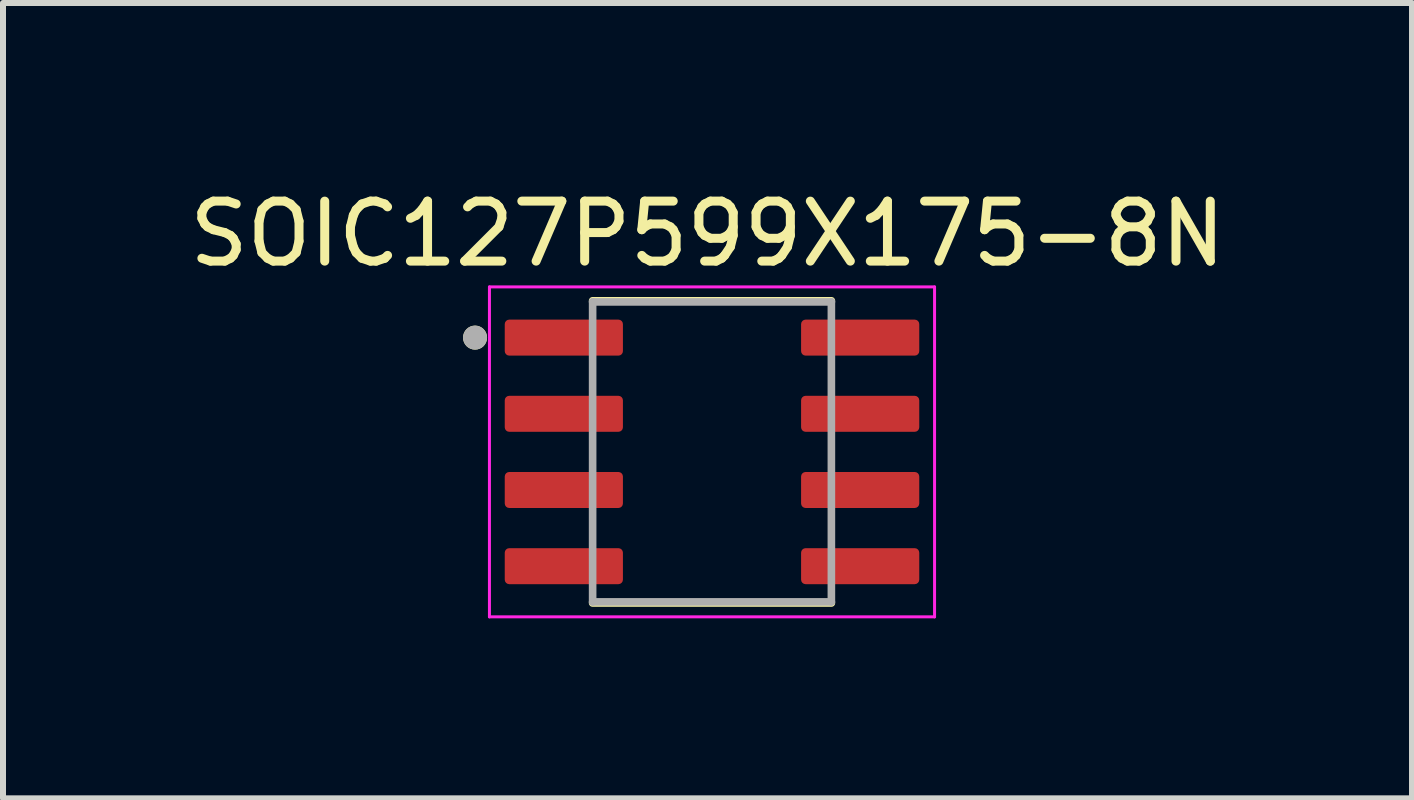
<source format=kicad_pcb>
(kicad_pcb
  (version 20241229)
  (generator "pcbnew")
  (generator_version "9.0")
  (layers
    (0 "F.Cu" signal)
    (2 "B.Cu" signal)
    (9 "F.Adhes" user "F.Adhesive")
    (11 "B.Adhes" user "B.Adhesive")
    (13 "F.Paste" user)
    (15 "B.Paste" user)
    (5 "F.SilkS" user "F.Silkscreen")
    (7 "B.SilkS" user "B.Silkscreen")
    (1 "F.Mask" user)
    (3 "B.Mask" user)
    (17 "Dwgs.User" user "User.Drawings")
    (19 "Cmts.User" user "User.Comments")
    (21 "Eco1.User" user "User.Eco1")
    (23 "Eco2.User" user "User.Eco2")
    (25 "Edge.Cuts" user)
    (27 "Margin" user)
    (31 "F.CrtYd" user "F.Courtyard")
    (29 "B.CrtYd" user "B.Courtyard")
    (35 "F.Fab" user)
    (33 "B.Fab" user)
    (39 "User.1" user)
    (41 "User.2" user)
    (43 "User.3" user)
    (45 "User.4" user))
  (footprint "SOIC127P599X175-8N"
    (layer "F.Cu")
    (at 8.819 4.483)
    (property "Reference" "SOIC127P599X175-8N" (at -0.075 -3.635 0) (layer "F.SilkS") (effects (font (size 1 1) (thickness 0.15))))
    (attr smd)
    (fp_line (start -1.99 2.519) (end 1.99 2.519) (stroke (width 0.127) (type solid)) (layer "F.SilkS"))
    (fp_line (start 1.99 -2.519) (end -1.99 -2.519) (stroke (width 0.127) (type solid)) (layer "F.SilkS"))
    (fp_circle (center -3.95 -1.905) (end -3.85 -1.905) (stroke (width 0.2) (type solid)) (fill no) (layer "F.SilkS"))
    (fp_line (start -3.71 -2.75) (end -3.71 2.75) (stroke (width 0.05) (type solid)) (layer "F.CrtYd"))
    (fp_line (start -3.71 2.75) (end 3.71 2.75) (stroke (width 0.05) (type solid)) (layer "F.CrtYd"))
    (fp_line (start 3.71 -2.75) (end -3.71 -2.75) (stroke (width 0.05) (type solid)) (layer "F.CrtYd"))
    (fp_line (start 3.71 2.75) (end 3.71 -2.75) (stroke (width 0.05) (type solid)) (layer "F.CrtYd"))
    (fp_line (start -1.99 -2.5) (end -1.99 2.5) (stroke (width 0.127) (type solid)) (layer "F.Fab"))
    (fp_line (start -1.99 2.5) (end 1.99 2.5) (stroke (width 0.127) (type solid)) (layer "F.Fab"))
    (fp_line (start 1.99 -2.5) (end -1.99 -2.5) (stroke (width 0.127) (type solid)) (layer "F.Fab"))
    (fp_line (start 1.99 2.5) (end 1.99 -2.5) (stroke (width 0.127) (type solid)) (layer "F.Fab"))
    (fp_circle (center -3.95 -1.905) (end -3.85 -1.905) (stroke (width 0.2) (type solid)) (fill no) (layer "F.Fab"))
    (pad "1" smd roundrect (at -2.47 -1.905) (size 1.97 0.6) (layers "F.Cu" "F.Mask" "F.Paste") (roundrect_rratio 0.125))
    (pad "2" smd roundrect (at -2.47 -0.635) (size 1.97 0.6) (layers "F.Cu" "F.Mask" "F.Paste") (roundrect_rratio 0.125))
    (pad "3" smd roundrect (at -2.47 0.635) (size 1.97 0.6) (layers "F.Cu" "F.Mask" "F.Paste") (roundrect_rratio 0.125))
    (pad "4" smd roundrect (at -2.47 1.905) (size 1.97 0.6) (layers "F.Cu" "F.Mask" "F.Paste") (roundrect_rratio 0.125))
    (pad "5" smd roundrect (at 2.47 1.905) (size 1.97 0.6) (layers "F.Cu" "F.Mask" "F.Paste") (roundrect_rratio 0.125))
    (pad "6" smd roundrect (at 2.47 0.635) (size 1.97 0.6) (layers "F.Cu" "F.Mask" "F.Paste") (roundrect_rratio 0.125))
    (pad "7" smd roundrect (at 2.47 -0.635) (size 1.97 0.6) (layers "F.Cu" "F.Mask" "F.Paste") (roundrect_rratio 0.125))
    (pad "8" smd roundrect (at 2.47 -1.905) (size 1.97 0.6) (layers "F.Cu" "F.Mask" "F.Paste") (roundrect_rratio 0.125)))
  (gr_rect
    (start -3 -3)
    (end 20.488 10.258)
    (stroke (width 0.1) (type default))
    (fill no)
    (layer "Edge.Cuts")))
</source>
